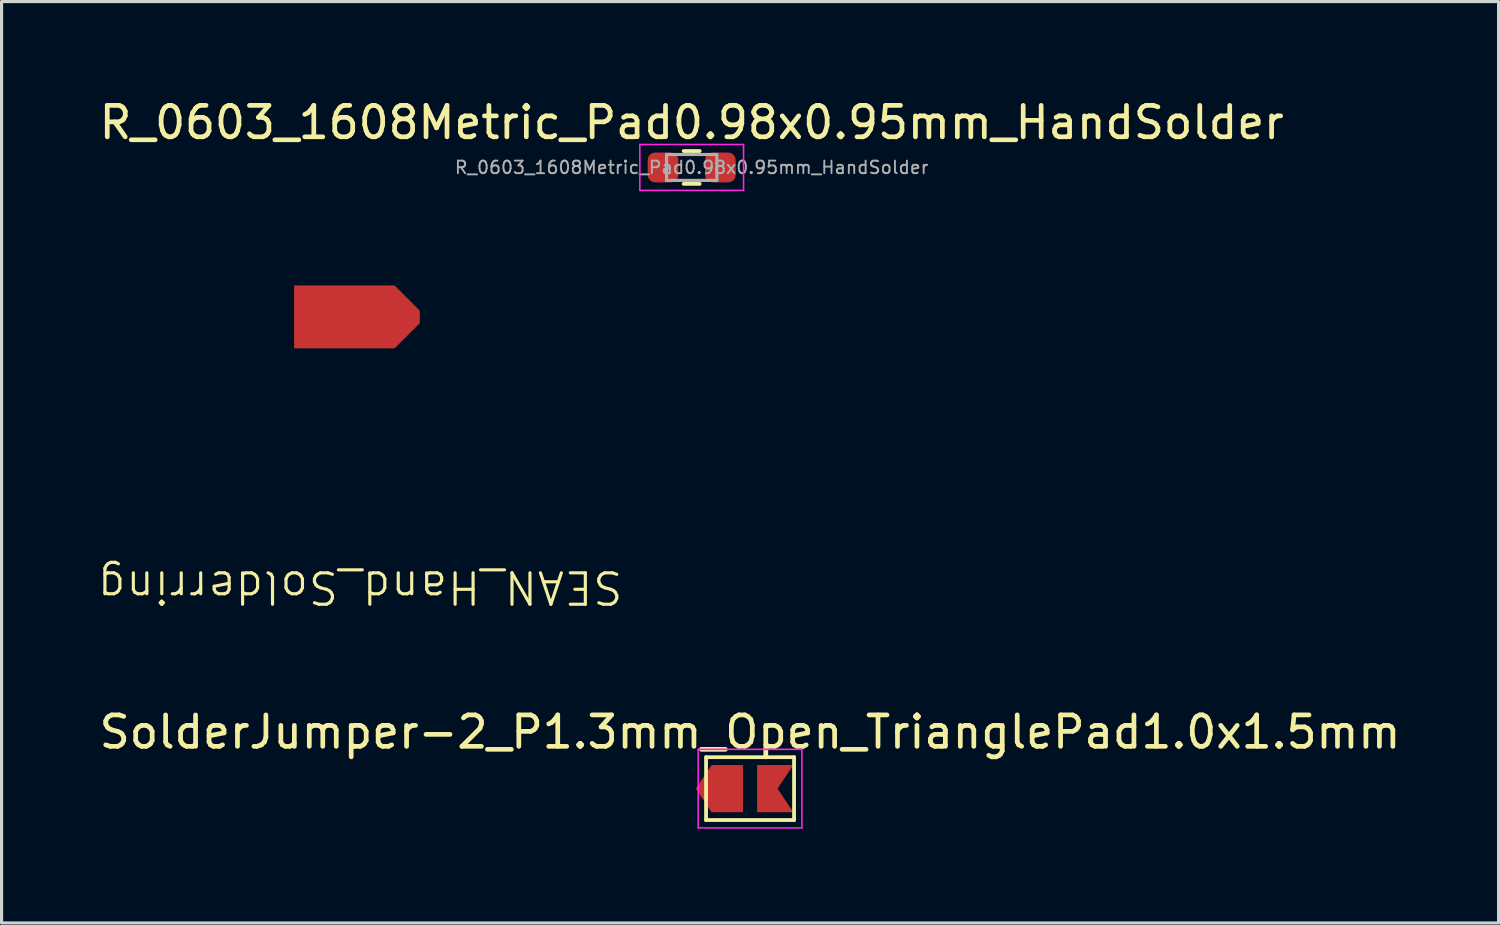
<source format=kicad_pcb>
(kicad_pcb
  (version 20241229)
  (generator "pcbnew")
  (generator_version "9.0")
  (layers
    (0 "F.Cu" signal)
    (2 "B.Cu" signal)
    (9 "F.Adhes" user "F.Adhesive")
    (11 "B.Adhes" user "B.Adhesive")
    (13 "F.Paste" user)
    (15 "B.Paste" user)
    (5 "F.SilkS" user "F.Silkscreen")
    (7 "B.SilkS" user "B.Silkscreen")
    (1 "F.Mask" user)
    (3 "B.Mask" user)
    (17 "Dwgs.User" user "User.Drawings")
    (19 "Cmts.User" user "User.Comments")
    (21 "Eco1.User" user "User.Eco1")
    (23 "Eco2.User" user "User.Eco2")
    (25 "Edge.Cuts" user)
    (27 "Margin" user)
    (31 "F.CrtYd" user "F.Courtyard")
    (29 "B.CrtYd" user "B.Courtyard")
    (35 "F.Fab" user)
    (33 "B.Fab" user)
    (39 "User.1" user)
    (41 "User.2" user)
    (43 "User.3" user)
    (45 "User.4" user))
  (footprint "SEAN_Hand_Solderring"
    (layer "F.Cu")
    (at 8.307 7.033)
    (property "Reference" "SEAN_Hand_Solderring" (at 0.1 8.6 180) (unlocked yes) (layer "F.SilkS") (effects (font (size 1 1) (thickness 0.1))))
    (attr smd)
    (pad "1" smd roundrect (at 0 0 180) (size 4 2) (layers "F.Cu" "F.Mask" "F.Paste") (roundrect_rratio 0) (chamfer_ratio 0.4) (chamfer top_left bottom_left)))
  (footprint "R_0603_1608Metric_Pad0.98x0.95mm_HandSolder"
    (layer "F.Cu")
    (at 18.958 2.278)
    (property "Reference" "R_0603_1608Metric_Pad0.98x0.95mm_HandSolder" (at 0 -1.43 0) (layer "F.SilkS") (effects (font (size 1 1) (thickness 0.15))))
    (attr smd)
    (fp_line (start -0.255 -0.522) (end 0.255 -0.522) (stroke (width 0.12) (type solid)) (layer "F.SilkS"))
    (fp_line (start -0.255 0.522) (end 0.255 0.522) (stroke (width 0.12) (type solid)) (layer "F.SilkS"))
    (fp_line (start -1.65 -0.73) (end 1.65 -0.73) (stroke (width 0.05) (type solid)) (layer "F.CrtYd"))
    (fp_line (start -1.65 0.73) (end -1.65 -0.73) (stroke (width 0.05) (type solid)) (layer "F.CrtYd"))
    (fp_line (start 1.65 -0.73) (end 1.65 0.73) (stroke (width 0.05) (type solid)) (layer "F.CrtYd"))
    (fp_line (start 1.65 0.73) (end -1.65 0.73) (stroke (width 0.05) (type solid)) (layer "F.CrtYd"))
    (fp_line (start -0.8 -0.412) (end 0.8 -0.412) (stroke (width 0.1) (type solid)) (layer "F.Fab"))
    (fp_line (start -0.8 0.412) (end -0.8 -0.412) (stroke (width 0.1) (type solid)) (layer "F.Fab"))
    (fp_line (start 0.8 -0.412) (end 0.8 0.412) (stroke (width 0.1) (type solid)) (layer "F.Fab"))
    (fp_line (start 0.8 0.412) (end -0.8 0.412) (stroke (width 0.1) (type solid)) (layer "F.Fab"))
    (fp_text user "${REFERENCE}" (at 0 0 0) (layer "F.Fab") (effects (font (size 0.4 0.4) (thickness 0.06))))
    (pad "1" smd roundrect (at -0.912 0) (size 0.975 0.95) (layers "F.Cu" "F.Mask" "F.Paste") (roundrect_rratio 0.25))
    (pad "2" smd roundrect (at 0.912 0) (size 0.975 0.95) (layers "F.Cu" "F.Mask" "F.Paste") (roundrect_rratio 0.25)))
  (footprint "SolderJumper-2_P1.3mm_Open_TrianglePad1.0x1.5mm"
    (layer "F.Cu")
    (at 20.815 22.042)
    (property "Reference" "SolderJumper-2_P1.3mm_Open_TrianglePad1.0x1.5mm" (at 0 -1.8 180) (layer "F.SilkS") (effects (font (size 1 1) (thickness 0.15))))
    (attr exclude_from_pos_files exclude_from_bom)
    (fp_line (start -1.4 -1) (end 1.4 -1) (stroke (width 0.12) (type solid)) (layer "F.SilkS"))
    (fp_line (start -1.4 1) (end -1.4 -1) (stroke (width 0.12) (type solid)) (layer "F.SilkS"))
    (fp_line (start 1.4 -1) (end 1.4 1) (stroke (width 0.12) (type solid)) (layer "F.SilkS"))
    (fp_line (start 1.4 1) (end -1.4 1) (stroke (width 0.12) (type solid)) (layer "F.SilkS"))
    (fp_line (start -1.65 -1.25) (end -1.65 1.25) (stroke (width 0.05) (type solid)) (layer "F.CrtYd"))
    (fp_line (start -1.65 -1.25) (end 1.65 -1.25) (stroke (width 0.05) (type solid)) (layer "F.CrtYd"))
    (fp_line (start 1.65 1.25) (end -1.65 1.25) (stroke (width 0.05) (type solid)) (layer "F.CrtYd"))
    (fp_line (start 1.65 1.25) (end 1.65 -1.25) (stroke (width 0.05) (type solid)) (layer "F.CrtYd"))
    (pad "1" smd custom (at -0.725 0 180) (size 0.3 0.3) (layers "F.Cu" "F.Mask") (options (anchor rect)) (primitives (gr_poly (pts (xy 1 0) (xy 0.5 0.75) (xy -0.5 0.75) (xy -0.5 -0.75) (xy 0.5 -0.75)) (width 0) (fill yes))))
    (pad "2" smd custom (at 0.725 0 180) (size 0.3 0.3) (layers "F.Cu" "F.Mask") (options (anchor rect)) (primitives (gr_poly (pts (xy 0.5 0.75) (xy -0.65 0.75) (xy -0.15 0) (xy -0.65 -0.75) (xy 0.5 -0.75)) (width 0) (fill yes)))))
  (gr_rect
    (start -3 -3)
    (end 44.631 26.317)
    (stroke (width 0.1) (type default))
    (fill no)
    (layer "Edge.Cuts")))
</source>
